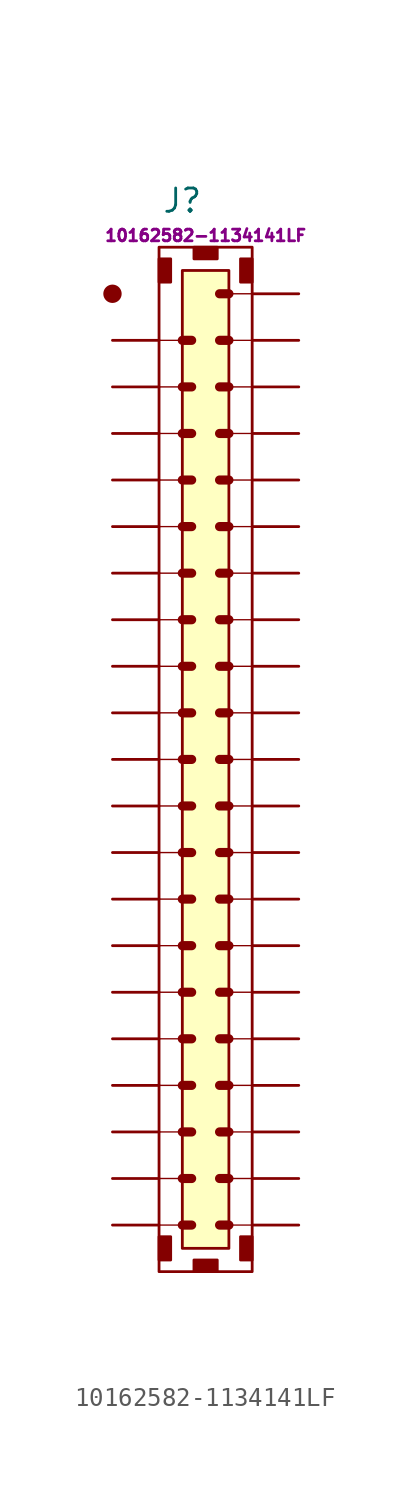
<source format=kicad_sym>
(kicad_symbol_lib
  (version 20220914)
  (generator kicad_symbol_editor)
  (symbol "10162582-1134141LF"
    (pin_numbers hide)
    (pin_names hide)
    (property "Reference" "J"
      (at -1.27 30.48 0)
      (effects (font (size 1.27 1.27))))
    (property "Mfr PN" "10162582-1134141LF"
      (at 0 28.575 0)
      (effects (font (size 0.635 0.635))))
    (symbol "10162582-1134141LF_1_0"
      (pin passive line (at 5.08 15.24 180) (length 2.54) (name "37" (effects (font (size 1.27 1.27)))) (number "37" (effects (font (size 1.27 1.27)))))
      (pin passive line (at 5.08 17.78 180) (length 2.54) (name "38" (effects (font (size 1.27 1.27)))) (number "38" (effects (font (size 1.27 1.27)))))
      (pin passive line (at 5.08 20.32 180) (length 2.54) (name "39" (effects (font (size 1.27 1.27)))) (number "39" (effects (font (size 1.27 1.27)))))
      (pin passive line (at 5.08 22.86 180) (length 2.54) (name "40" (effects (font (size 1.27 1.27)))) (number "40" (effects (font (size 1.27 1.27)))))
      (pin passive line (at 5.08 25.4 180) (length 2.54) (name "41" (effects (font (size 1.27 1.27)))) (number "41" (effects (font (size 1.27 1.27))))))
    (symbol "10162582-1134141LF_1_1"
      (circle (center -5.08 25.4) (radius 0.0001) (stroke (width 1) (type default)) (fill (type outline)))
      (rectangle (start -2.54 26.035) (end -1.905 27.305) (stroke (width 0) (type default)) (fill (type outline)))
      (rectangle (start -2.54 27.94) (end 2.54 -27.94) (stroke (width 0) (type default)) (fill (type none)))
      (rectangle (start -1.905 -26.035) (end -2.54 -27.305) (stroke (width 0) (type default)) (fill (type outline)))
      (rectangle (start -1.27 26.67) (end 1.27 -26.67) (stroke (width 0) (type default)) (fill (type background)))
      (rectangle (start -0.635 -27.305) (end 0.635 -27.94) (stroke (width 0) (type default)) (fill (type outline)))
      (polyline (pts (xy -2.54 -25.4) (xy -1.27 -25.4)) (stroke (width 0.075) (type default)) (fill (type none)))
      (polyline (pts (xy -2.54 -22.86) (xy -1.27 -22.86)) (stroke (width 0.075) (type default)) (fill (type none)))
      (polyline (pts (xy -2.54 -20.32) (xy -1.27 -20.32)) (stroke (width 0.075) (type default)) (fill (type none)))
      (polyline (pts (xy -2.54 -17.78) (xy -1.27 -17.78)) (stroke (width 0.075) (type default)) (fill (type none)))
      (polyline (pts (xy -2.54 -15.24) (xy -1.27 -15.24)) (stroke (width 0.075) (type default)) (fill (type none)))
      (polyline (pts (xy -2.54 -12.7) (xy -1.27 -12.7)) (stroke (width 0.075) (type default)) (fill (type none)))
      (polyline (pts (xy -2.54 -10.16) (xy -1.27 -10.16)) (stroke (width 0.075) (type default)) (fill (type none)))
      (polyline (pts (xy -2.54 -7.62) (xy -1.27 -7.62)) (stroke (width 0.075) (type default)) (fill (type none)))
      (polyline (pts (xy -2.54 -5.08) (xy -1.27 -5.08)) (stroke (width 0.075) (type default)) (fill (type none)))
      (polyline (pts (xy -2.54 -2.54) (xy -1.27 -2.54)) (stroke (width 0.075) (type default)) (fill (type none)))
      (polyline (pts (xy -2.54 0) (xy -1.27 0)) (stroke (width 0.075) (type default)) (fill (type none)))
      (polyline (pts (xy -2.54 2.54) (xy -1.27 2.54)) (stroke (width 0.075) (type default)) (fill (type none)))
      (polyline (pts (xy -2.54 5.08) (xy -1.27 5.08)) (stroke (width 0.075) (type default)) (fill (type none)))
      (polyline (pts (xy -2.54 7.62) (xy -1.27 7.62)) (stroke (width 0.075) (type default)) (fill (type none)))
      (polyline (pts (xy -2.54 10.16) (xy -1.27 10.16)) (stroke (width 0.075) (type default)) (fill (type none)))
      (polyline (pts (xy -2.54 12.7) (xy -1.27 12.7)) (stroke (width 0.075) (type default)) (fill (type none)))
      (polyline (pts (xy -2.54 15.24) (xy -1.27 15.24)) (stroke (width 0.075) (type default)) (fill (type none)))
      (polyline (pts (xy -2.54 17.78) (xy -1.27 17.78)) (stroke (width 0.075) (type default)) (fill (type none)))
      (polyline (pts (xy -2.54 20.32) (xy -1.27 20.32)) (stroke (width 0.075) (type default)) (fill (type none)))
      (polyline (pts (xy -2.54 22.86) (xy -1.27 22.86)) (stroke (width 0.075) (type default)) (fill (type none)))
      (polyline (pts (xy -1.27 -25.4) (xy -0.762 -25.4)) (stroke (width 0.5) (type default)) (fill (type none)))
      (polyline (pts (xy -1.27 -22.86) (xy -0.762 -22.86)) (stroke (width 0.5) (type default)) (fill (type none)))
      (polyline (pts (xy -1.27 -20.32) (xy -0.762 -20.32)) (stroke (width 0.5) (type default)) (fill (type none)))
      (polyline (pts (xy -1.27 -17.78) (xy -0.762 -17.78)) (stroke (width 0.5) (type default)) (fill (type none)))
      (polyline (pts (xy -1.27 -15.24) (xy -0.762 -15.24)) (stroke (width 0.5) (type default)) (fill (type none)))
      (polyline (pts (xy -1.27 -12.7) (xy -0.762 -12.7)) (stroke (width 0.5) (type default)) (fill (type none)))
      (polyline (pts (xy -1.27 -10.16) (xy -0.762 -10.16)) (stroke (width 0.5) (type default)) (fill (type none)))
      (polyline (pts (xy -1.27 -7.62) (xy -0.762 -7.62)) (stroke (width 0.5) (type default)) (fill (type none)))
      (polyline (pts (xy -1.27 -5.08) (xy -0.762 -5.08)) (stroke (width 0.5) (type default)) (fill (type none)))
      (polyline (pts (xy -1.27 -2.54) (xy -0.762 -2.54)) (stroke (width 0.5) (type default)) (fill (type none)))
      (polyline (pts (xy -1.27 0) (xy -0.762 0)) (stroke (width 0.5) (type default)) (fill (type none)))
      (polyline (pts (xy -1.27 2.54) (xy -0.762 2.54)) (stroke (width 0.5) (type default)) (fill (type none)))
      (polyline (pts (xy -1.27 5.08) (xy -0.762 5.08)) (stroke (width 0.5) (type default)) (fill (type none)))
      (polyline (pts (xy -1.27 7.62) (xy -0.762 7.62)) (stroke (width 0.5) (type default)) (fill (type none)))
      (polyline (pts (xy -1.27 10.16) (xy -0.762 10.16)) (stroke (width 0.5) (type default)) (fill (type none)))
      (polyline (pts (xy -1.27 12.7) (xy -0.762 12.7)) (stroke (width 0.5) (type default)) (fill (type none)))
      (polyline (pts (xy -1.27 15.24) (xy -0.762 15.24)) (stroke (width 0.5) (type default)) (fill (type none)))
      (polyline (pts (xy -1.27 17.78) (xy -0.762 17.78)) (stroke (width 0.5) (type default)) (fill (type none)))
      (polyline (pts (xy -1.27 20.32) (xy -0.762 20.32)) (stroke (width 0.5) (type default)) (fill (type none)))
      (polyline (pts (xy -1.27 22.86) (xy -0.762 22.86)) (stroke (width 0.5) (type default)) (fill (type none)))
      (polyline (pts (xy 1.27 -25.4) (xy 0.762 -25.4)) (stroke (width 0.5) (type default)) (fill (type none)))
      (polyline (pts (xy 1.27 -22.86) (xy 0.762 -22.86)) (stroke (width 0.5) (type default)) (fill (type none)))
      (polyline (pts (xy 1.27 -20.32) (xy 0.762 -20.32)) (stroke (width 0.5) (type default)) (fill (type none)))
      (polyline (pts (xy 1.27 -17.78) (xy 0.762 -17.78)) (stroke (width 0.5) (type default)) (fill (type none)))
      (polyline (pts (xy 1.27 -15.24) (xy 0.762 -15.24)) (stroke (width 0.5) (type default)) (fill (type none)))
      (polyline (pts (xy 1.27 -12.7) (xy 0.762 -12.7)) (stroke (width 0.5) (type default)) (fill (type none)))
      (polyline (pts (xy 1.27 -10.16) (xy 0.762 -10.16)) (stroke (width 0.5) (type default)) (fill (type none)))
      (polyline (pts (xy 1.27 -7.62) (xy 0.762 -7.62)) (stroke (width 0.5) (type default)) (fill (type none)))
      (polyline (pts (xy 1.27 -5.08) (xy 0.762 -5.08)) (stroke (width 0.5) (type default)) (fill (type none)))
      (polyline (pts (xy 1.27 -2.54) (xy 0.762 -2.54)) (stroke (width 0.5) (type default)) (fill (type none)))
      (polyline (pts (xy 1.27 0) (xy 0.762 0)) (stroke (width 0.5) (type default)) (fill (type none)))
      (polyline (pts (xy 1.27 2.54) (xy 0.762 2.54)) (stroke (width 0.5) (type default)) (fill (type none)))
      (polyline (pts (xy 1.27 5.08) (xy 0.762 5.08)) (stroke (width 0.5) (type default)) (fill (type none)))
      (polyline (pts (xy 1.27 7.62) (xy 0.762 7.62)) (stroke (width 0.5) (type default)) (fill (type none)))
      (polyline (pts (xy 1.27 10.16) (xy 0.762 10.16)) (stroke (width 0.5) (type default)) (fill (type none)))
      (polyline (pts (xy 1.27 12.7) (xy 0.762 12.7)) (stroke (width 0.5) (type default)) (fill (type none)))
      (polyline (pts (xy 1.27 15.24) (xy 0.762 15.24)) (stroke (width 0.5) (type default)) (fill (type none)))
      (polyline (pts (xy 1.27 17.78) (xy 0.762 17.78)) (stroke (width 0.5) (type default)) (fill (type none)))
      (polyline (pts (xy 1.27 20.32) (xy 0.762 20.32)) (stroke (width 0.5) (type default)) (fill (type none)))
      (polyline (pts (xy 1.27 22.86) (xy 0.762 22.86)) (stroke (width 0.5) (type default)) (fill (type none)))
      (polyline (pts (xy 1.27 25.4) (xy 0.762 25.4)) (stroke (width 0.5) (type default)) (fill (type none)))
      (polyline (pts (xy 2.54 -25.4) (xy 1.27 -25.4)) (stroke (width 0.075) (type default)) (fill (type none)))
      (polyline (pts (xy 2.54 -22.86) (xy 1.27 -22.86)) (stroke (width 0.075) (type default)) (fill (type none)))
      (polyline (pts (xy 2.54 -20.32) (xy 1.27 -20.32)) (stroke (width 0.075) (type default)) (fill (type none)))
      (polyline (pts (xy 2.54 -17.78) (xy 1.27 -17.78)) (stroke (width 0.075) (type default)) (fill (type none)))
      (polyline (pts (xy 2.54 -15.24) (xy 1.27 -15.24)) (stroke (width 0.075) (type default)) (fill (type none)))
      (polyline (pts (xy 2.54 -12.7) (xy 1.27 -12.7)) (stroke (width 0.075) (type default)) (fill (type none)))
      (polyline (pts (xy 2.54 -10.16) (xy 1.27 -10.16)) (stroke (width 0.075) (type default)) (fill (type none)))
      (polyline (pts (xy 2.54 -7.62) (xy 1.27 -7.62)) (stroke (width 0.075) (type default)) (fill (type none)))
      (polyline (pts (xy 2.54 -5.08) (xy 1.27 -5.08)) (stroke (width 0.075) (type default)) (fill (type none)))
      (polyline (pts (xy 2.54 -2.54) (xy 1.27 -2.54)) (stroke (width 0.075) (type default)) (fill (type none)))
      (polyline (pts (xy 2.54 0) (xy 1.27 0)) (stroke (width 0.075) (type default)) (fill (type none)))
      (polyline (pts (xy 2.54 2.54) (xy 1.27 2.54)) (stroke (width 0.075) (type default)) (fill (type none)))
      (polyline (pts (xy 2.54 5.08) (xy 1.27 5.08)) (stroke (width 0.075) (type default)) (fill (type none)))
      (polyline (pts (xy 2.54 7.62) (xy 1.27 7.62)) (stroke (width 0.075) (type default)) (fill (type none)))
      (polyline (pts (xy 2.54 10.16) (xy 1.27 10.16)) (stroke (width 0.075) (type default)) (fill (type none)))
      (polyline (pts (xy 2.54 12.7) (xy 1.27 12.7)) (stroke (width 0.075) (type default)) (fill (type none)))
      (polyline (pts (xy 2.54 15.24) (xy 1.27 15.24)) (stroke (width 0.075) (type default)) (fill (type none)))
      (polyline (pts (xy 2.54 17.78) (xy 1.27 17.78)) (stroke (width 0.075) (type default)) (fill (type none)))
      (polyline (pts (xy 2.54 20.32) (xy 1.27 20.32)) (stroke (width 0.075) (type default)) (fill (type none)))
      (polyline (pts (xy 2.54 22.86) (xy 1.27 22.86)) (stroke (width 0.075) (type default)) (fill (type none)))
      (polyline (pts (xy 2.54 25.4) (xy 1.27 25.4)) (stroke (width 0.075) (type default)) (fill (type none)))
      (rectangle (start 0.635 27.305) (end -0.635 27.94) (stroke (width 0) (type default)) (fill (type outline)))
      (rectangle (start 1.905 26.035) (end 2.54 27.305) (stroke (width 0) (type default)) (fill (type outline)))
      (rectangle (start 2.54 -26.035) (end 1.905 -27.305) (stroke (width 0) (type default)) (fill (type outline)))
      (pin passive line (at -5.08 22.86 0) (length 2.54) (name "1" (effects (font (size 1.27 1.27)))) (number "1" (effects (font (size 1.27 1.27)))))
      (pin passive line (at -5.08 0 0) (length 2.54) (name "10" (effects (font (size 1.27 1.27)))) (number "10" (effects (font (size 1.27 1.27)))))
      (pin passive line (at -5.08 -2.54 0) (length 2.54) (name "11" (effects (font (size 1.27 1.27)))) (number "11" (effects (font (size 1.27 1.27)))))
      (pin passive line (at -5.08 -5.08 0) (length 2.54) (name "12" (effects (font (size 1.27 1.27)))) (number "12" (effects (font (size 1.27 1.27)))))
      (pin passive line (at -5.08 -7.62 0) (length 2.54) (name "13" (effects (font (size 1.27 1.27)))) (number "13" (effects (font (size 1.27 1.27)))))
      (pin passive line (at -5.08 -10.16 0) (length 2.54) (name "14" (effects (font (size 1.27 1.27)))) (number "14" (effects (font (size 1.27 1.27)))))
      (pin passive line (at -5.08 -12.7 0) (length 2.54) (name "15" (effects (font (size 1.27 1.27)))) (number "15" (effects (font (size 1.27 1.27)))))
      (pin passive line (at -5.08 -15.24 0) (length 2.54) (name "16" (effects (font (size 1.27 1.27)))) (number "16" (effects (font (size 1.27 1.27)))))
      (pin passive line (at -5.08 -17.78 0) (length 2.54) (name "17" (effects (font (size 1.27 1.27)))) (number "17" (effects (font (size 1.27 1.27)))))
      (pin passive line (at -5.08 -20.32 0) (length 2.54) (name "18" (effects (font (size 1.27 1.27)))) (number "18" (effects (font (size 1.27 1.27)))))
      (pin passive line (at -5.08 -22.86 0) (length 2.54) (name "19" (effects (font (size 1.27 1.27)))) (number "19" (effects (font (size 1.27 1.27)))))
      (pin passive line (at -5.08 20.32 0) (length 2.54) (name "2" (effects (font (size 1.27 1.27)))) (number "2" (effects (font (size 1.27 1.27)))))
      (pin passive line (at -5.08 -25.4 0) (length 2.54) (name "20" (effects (font (size 1.27 1.27)))) (number "20" (effects (font (size 1.27 1.27)))))
      (pin passive line (at 5.08 -25.4 180) (length 2.54) (name "21" (effects (font (size 1.27 1.27)))) (number "21" (effects (font (size 1.27 1.27)))))
      (pin passive line (at 5.08 -22.86 180) (length 2.54) (name "22" (effects (font (size 1.27 1.27)))) (number "22" (effects (font (size 1.27 1.27)))))
      (pin passive line (at 5.08 -20.32 180) (length 2.54) (name "23" (effects (font (size 1.27 1.27)))) (number "23" (effects (font (size 1.27 1.27)))))
      (pin passive line (at 5.08 -17.78 180) (length 2.54) (name "24" (effects (font (size 1.27 1.27)))) (number "24" (effects (font (size 1.27 1.27)))))
      (pin passive line (at 5.08 -15.24 180) (length 2.54) (name "25" (effects (font (size 1.27 1.27)))) (number "25" (effects (font (size 1.27 1.27)))))
      (pin passive line (at 5.08 -12.7 180) (length 2.54) (name "26" (effects (font (size 1.27 1.27)))) (number "26" (effects (font (size 1.27 1.27)))))
      (pin passive line (at 5.08 -10.16 180) (length 2.54) (name "27" (effects (font (size 1.27 1.27)))) (number "27" (effects (font (size 1.27 1.27)))))
      (pin passive line (at 5.08 -7.62 180) (length 2.54) (name "28" (effects (font (size 1.27 1.27)))) (number "28" (effects (font (size 1.27 1.27)))))
      (pin passive line (at 5.08 -5.08 180) (length 2.54) (name "29" (effects (font (size 1.27 1.27)))) (number "29" (effects (font (size 1.27 1.27)))))
      (pin passive line (at -5.08 17.78 0) (length 2.54) (name "3" (effects (font (size 1.27 1.27)))) (number "3" (effects (font (size 1.27 1.27)))))
      (pin passive line (at 5.08 -2.54 180) (length 2.54) (name "30" (effects (font (size 1.27 1.27)))) (number "30" (effects (font (size 1.27 1.27)))))
      (pin passive line (at 5.08 0 180) (length 2.54) (name "31" (effects (font (size 1.27 1.27)))) (number "31" (effects (font (size 1.27 1.27)))))
      (pin passive line (at 5.08 2.54 180) (length 2.54) (name "32" (effects (font (size 1.27 1.27)))) (number "32" (effects (font (size 1.27 1.27)))))
      (pin passive line (at 5.08 5.08 180) (length 2.54) (name "33" (effects (font (size 1.27 1.27)))) (number "33" (effects (font (size 1.27 1.27)))))
      (pin passive line (at 5.08 7.62 180) (length 2.54) (name "34" (effects (font (size 1.27 1.27)))) (number "34" (effects (font (size 1.27 1.27)))))
      (pin passive line (at 5.08 10.16 180) (length 2.54) (name "35" (effects (font (size 1.27 1.27)))) (number "35" (effects (font (size 1.27 1.27)))))
      (pin passive line (at 5.08 12.7 180) (length 2.54) (name "36" (effects (font (size 1.27 1.27)))) (number "36" (effects (font (size 1.27 1.27)))))
      (pin passive line (at -5.08 15.24 0) (length 2.54) (name "4" (effects (font (size 1.27 1.27)))) (number "4" (effects (font (size 1.27 1.27)))))
      (pin passive line (at -5.08 12.7 0) (length 2.54) (name "5" (effects (font (size 1.27 1.27)))) (number "5" (effects (font (size 1.27 1.27)))))
      (pin passive line (at -5.08 10.16 0) (length 2.54) (name "6" (effects (font (size 1.27 1.27)))) (number "6" (effects (font (size 1.27 1.27)))))
      (pin passive line (at -5.08 7.62 0) (length 2.54) (name "7" (effects (font (size 1.27 1.27)))) (number "7" (effects (font (size 1.27 1.27)))))
      (pin passive line (at -5.08 5.08 0) (length 2.54) (name "8" (effects (font (size 1.27 1.27)))) (number "8" (effects (font (size 1.27 1.27)))))
      (pin passive line (at -5.08 2.54 0) (length 2.54) (name "9" (effects (font (size 1.27 1.27)))) (number "9" (effects (font (size 1.27 1.27))))))))
</source>
